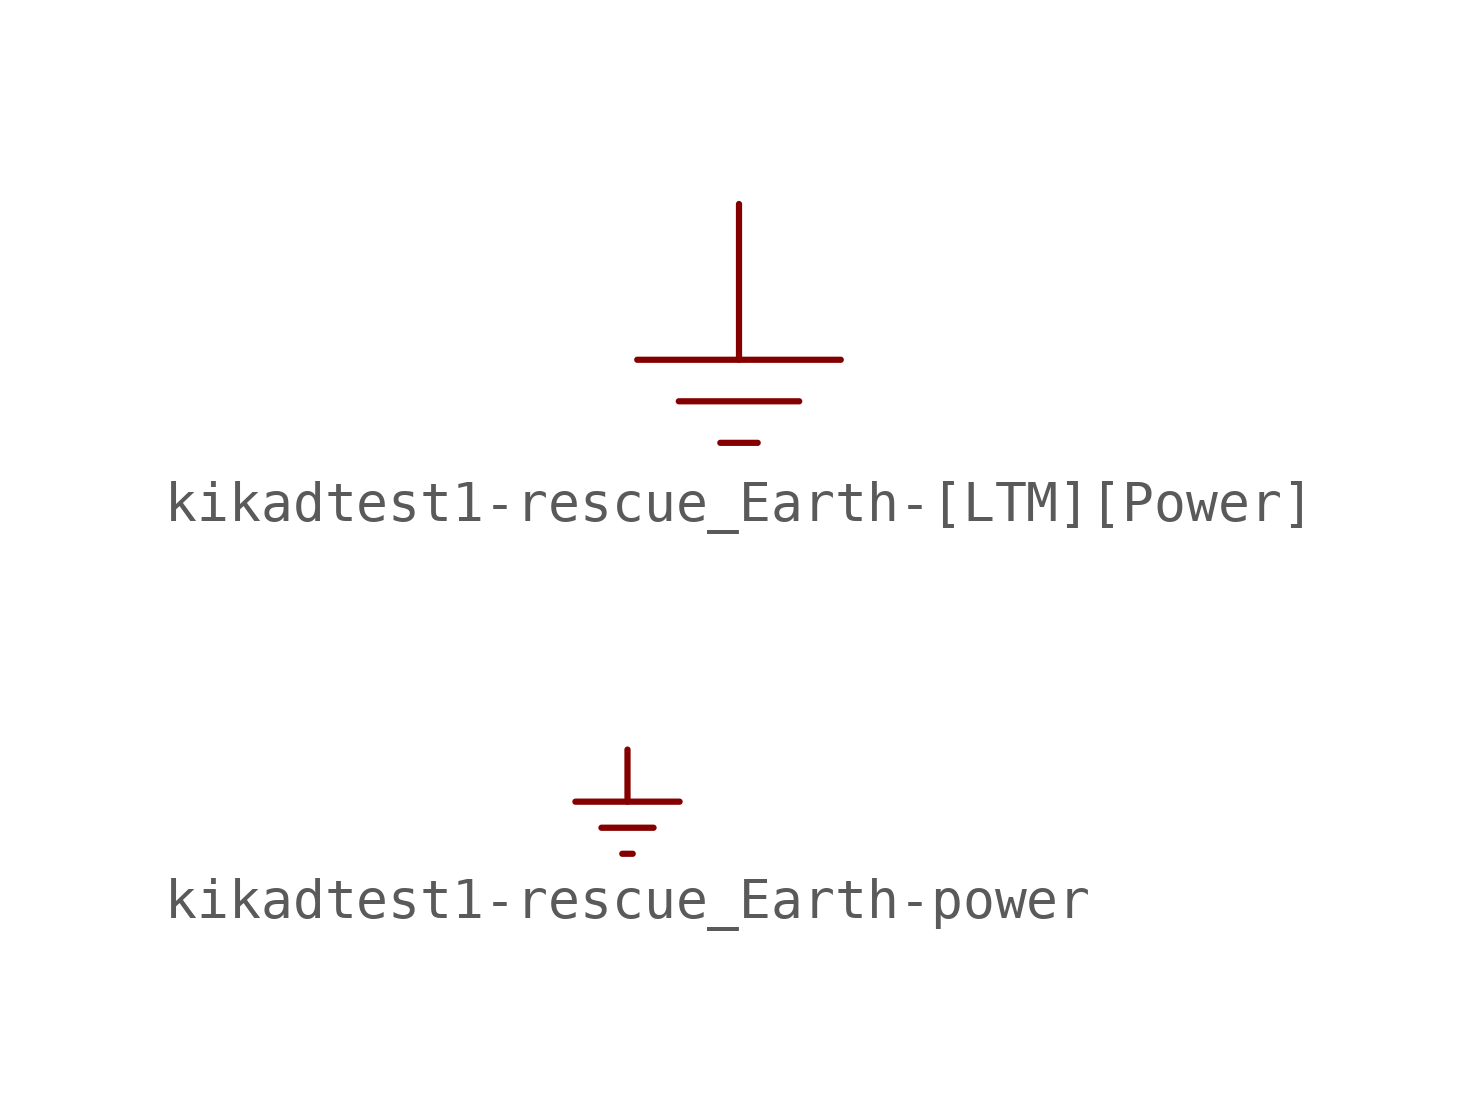
<source format=kicad_sym>
(kicad_symbol_lib
  (version 20210619)
  (generator kicad_symbol_editor)
  (symbol "kikadtest1-rescue_Earth-[LTM][Power]"
    (power)
    (pin_numbers hide)
    (pin_names
      (offset 0) hide)
    (property "Reference" "#PWR"
      (at 0 1.27 0)
      (effects (font (size 1.524 1.524)) hide))
    (property "Footprint" ""
      (at 0 0 0)
      (effects (font (size 1.524 1.524))))
    (symbol "kikadtest1-rescue_Earth-[LTM][Power]_0_1"
      (polyline (pts (xy -2.489 -3.81) (xy 2.489 -3.81)) (stroke (width 0)) (fill (type none)))
      (polyline (pts (xy -1.473 -4.826) (xy 1.473 -4.826)) (stroke (width 0)) (fill (type none)))
      (polyline (pts (xy -0.457 -5.842) (xy 0.457 -5.842)) (stroke (width 0)) (fill (type none)))
      (polyline (pts (xy 0 0) (xy 0 -3.81)) (stroke (width 0)) (fill (type none))))
    (symbol "kikadtest1-rescue_Earth-[LTM][Power]_1_1"
      (pin power_in line (at 0 0 270) (length 0) hide (name "Earth" (effects (font (size 1.27 1.27)))) (number "1" (effects (font (size 1.27 1.27)))))))
  (symbol "kikadtest1-rescue_Earth-power"
    (power)
    (pin_names
      (offset 0))
    (property "Reference" "#PWR"
      (at 0 -6.35 0)
      (effects (font (size 1.27 1.27)) hide))
    (symbol "kikadtest1-rescue_Earth-power_0_1"
      (polyline (pts (xy -0.635 -1.905) (xy 0.635 -1.905)) (stroke (width 0)) (fill (type none)))
      (polyline (pts (xy -0.127 -2.54) (xy 0.127 -2.54)) (stroke (width 0)) (fill (type none)))
      (polyline (pts (xy 0 -1.27) (xy 0 0)) (stroke (width 0)) (fill (type none)))
      (polyline (pts (xy 1.27 -1.27) (xy -1.27 -1.27)) (stroke (width 0)) (fill (type none))))
    (symbol "kikadtest1-rescue_Earth-power_1_1"
      (pin power_in line (at 0 0 270) (length 0) hide (name "Earth" (effects (font (size 1.27 1.27)))) (number "1" (effects (font (size 1.27 1.27))))))))
</source>
